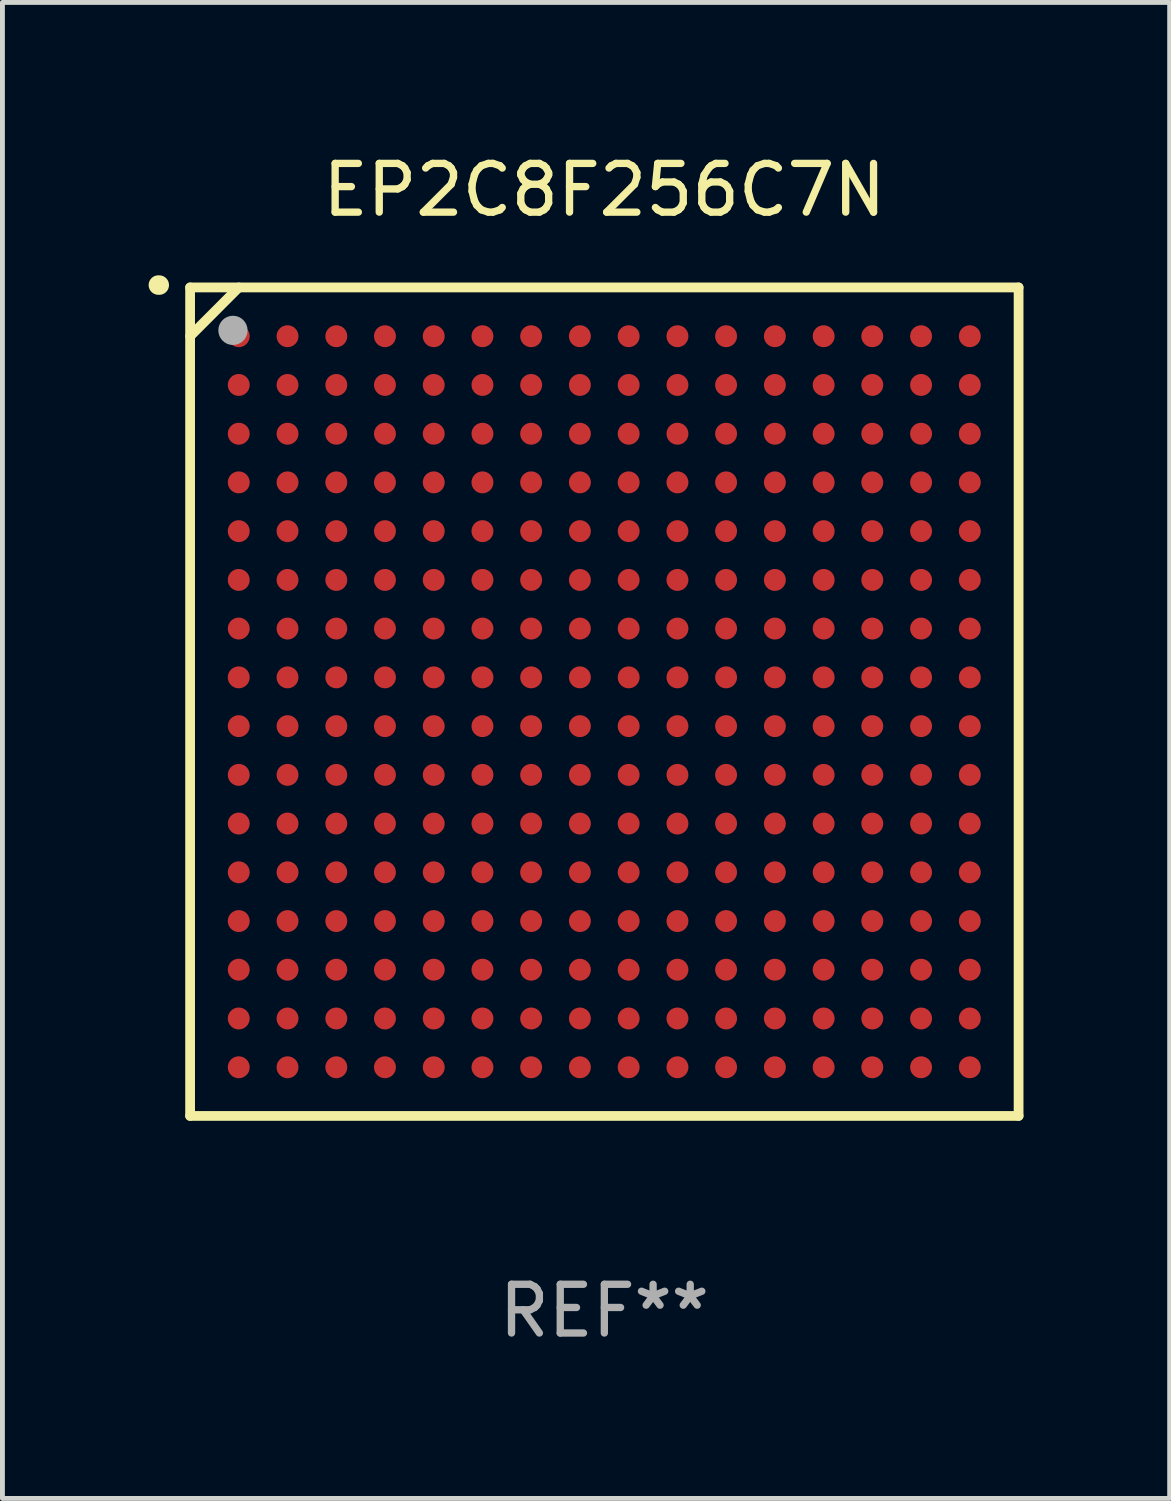
<source format=kicad_pcb>
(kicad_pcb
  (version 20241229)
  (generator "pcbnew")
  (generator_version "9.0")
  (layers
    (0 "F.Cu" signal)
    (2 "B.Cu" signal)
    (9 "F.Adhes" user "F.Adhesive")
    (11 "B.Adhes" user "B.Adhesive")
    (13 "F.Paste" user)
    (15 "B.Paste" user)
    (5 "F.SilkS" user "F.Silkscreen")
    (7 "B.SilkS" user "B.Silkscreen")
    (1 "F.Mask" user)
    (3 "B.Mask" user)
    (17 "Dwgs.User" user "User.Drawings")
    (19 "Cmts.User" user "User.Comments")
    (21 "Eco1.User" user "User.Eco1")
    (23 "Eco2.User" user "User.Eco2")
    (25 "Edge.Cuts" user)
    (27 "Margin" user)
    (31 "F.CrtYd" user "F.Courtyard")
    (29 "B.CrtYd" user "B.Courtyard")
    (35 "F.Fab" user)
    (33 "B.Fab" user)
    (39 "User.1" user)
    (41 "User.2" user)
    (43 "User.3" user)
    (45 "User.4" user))
  (footprint "EP2C8F256C7N"
    (layer "F.Cu")
    (at 9.351 11.348)
    (property "Reference" "EP2C8F256C7N" (at 0 -10.5 0) (layer "F.SilkS") (effects (font (size 1 1) (thickness 0.15))))
    (attr through_hole)
    (fp_line (start -8.5 -8.5) (end 8.5 -8.5) (stroke (width 0.2) (type solid)) (layer "F.SilkS"))
    (fp_line (start -8.5 -7.499) (end -7.502 -8.5) (stroke (width 0.2) (type solid)) (layer "F.SilkS"))
    (fp_line (start -8.5 8.5) (end -8.5 -8.5) (stroke (width 0.2) (type solid)) (layer "F.SilkS"))
    (fp_line (start 8.5 -8.5) (end 8.5 8.5) (stroke (width 0.2) (type solid)) (layer "F.SilkS"))
    (fp_line (start 8.5 8.5) (end -8.5 8.5) (stroke (width 0.2) (type solid)) (layer "F.SilkS"))
    (fp_arc (start -9.151181 -8.548768) (mid -9.142295 -8.548541) (end -9.133426 -8.547955) (stroke (width 0.4) (type solid)) (layer "F.SilkS"))
    (fp_circle (center -8.501 -8.499) (end -8.471 -8.499) (stroke (width 0.06) (type solid)) (fill no) (layer "F.SilkS"))
    (fp_circle (center -7.621 -7.619) (end -7.471 -7.619) (stroke (width 0.3) (type solid)) (fill no) (layer "F.Fab"))
    (fp_text user "REF**" (at 0 12.5 0) (layer "F.Fab") (effects (font (size 1 1) (thickness 0.15))))
    (pad "A1" smd circle (at -7.502 -7.499) (size 0.45 0.45) (layers "F.Cu" "F.Mask" "F.Paste"))
    (pad "A2" smd circle (at -6.501 -7.499) (size 0.45 0.45) (layers "F.Cu" "F.Mask" "F.Paste"))
    (pad "A3" smd circle (at -5.5 -7.499) (size 0.45 0.45) (layers "F.Cu" "F.Mask" "F.Paste"))
    (pad "A4" smd circle (at -4.502 -7.499) (size 0.45 0.45) (layers "F.Cu" "F.Mask" "F.Paste"))
    (pad "A5" smd circle (at -3.501 -7.499) (size 0.45 0.45) (layers "F.Cu" "F.Mask" "F.Paste"))
    (pad "A6" smd circle (at -2.501 -7.499) (size 0.45 0.45) (layers "F.Cu" "F.Mask" "F.Paste"))
    (pad "A7" smd circle (at -1.502 -7.499) (size 0.45 0.45) (layers "F.Cu" "F.Mask" "F.Paste"))
    (pad "A8" smd circle (at -0.502 -7.499) (size 0.45 0.45) (layers "F.Cu" "F.Mask" "F.Paste"))
    (pad "A9" smd circle (at 0.499 -7.499) (size 0.45 0.45) (layers "F.Cu" "F.Mask" "F.Paste"))
    (pad "A10" smd circle (at 1.5 -7.499) (size 0.45 0.45) (layers "F.Cu" "F.Mask" "F.Paste"))
    (pad "A11" smd circle (at 2.498 -7.499) (size 0.45 0.45) (layers "F.Cu" "F.Mask" "F.Paste"))
    (pad "A12" smd circle (at 3.499 -7.499) (size 0.45 0.45) (layers "F.Cu" "F.Mask" "F.Paste"))
    (pad "A13" smd circle (at 4.5 -7.499) (size 0.45 0.45) (layers "F.Cu" "F.Mask" "F.Paste"))
    (pad "A14" smd circle (at 5.498 -7.499) (size 0.45 0.45) (layers "F.Cu" "F.Mask" "F.Paste"))
    (pad "A15" smd circle (at 6.499 -7.499) (size 0.45 0.45) (layers "F.Cu" "F.Mask" "F.Paste"))
    (pad "A16" smd circle (at 7.499 -7.499) (size 0.45 0.45) (layers "F.Cu" "F.Mask" "F.Paste"))
    (pad "B1" smd circle (at -7.502 -6.499) (size 0.45 0.45) (layers "F.Cu" "F.Mask" "F.Paste"))
    (pad "B2" smd circle (at -6.501 -6.499) (size 0.45 0.45) (layers "F.Cu" "F.Mask" "F.Paste"))
    (pad "B3" smd circle (at -5.5 -6.499) (size 0.45 0.45) (layers "F.Cu" "F.Mask" "F.Paste"))
    (pad "B4" smd circle (at -4.502 -6.499) (size 0.45 0.45) (layers "F.Cu" "F.Mask" "F.Paste"))
    (pad "B5" smd circle (at -3.501 -6.499) (size 0.45 0.45) (layers "F.Cu" "F.Mask" "F.Paste"))
    (pad "B6" smd circle (at -2.501 -6.499) (size 0.45 0.45) (layers "F.Cu" "F.Mask" "F.Paste"))
    (pad "B7" smd circle (at -1.502 -6.499) (size 0.45 0.45) (layers "F.Cu" "F.Mask" "F.Paste"))
    (pad "B8" smd circle (at -0.502 -6.499) (size 0.45 0.45) (layers "F.Cu" "F.Mask" "F.Paste"))
    (pad "B9" smd circle (at 0.499 -6.499) (size 0.45 0.45) (layers "F.Cu" "F.Mask" "F.Paste"))
    (pad "B10" smd circle (at 1.5 -6.499) (size 0.45 0.45) (layers "F.Cu" "F.Mask" "F.Paste"))
    (pad "B11" smd circle (at 2.498 -6.499) (size 0.45 0.45) (layers "F.Cu" "F.Mask" "F.Paste"))
    (pad "B12" smd circle (at 3.499 -6.499) (size 0.45 0.45) (layers "F.Cu" "F.Mask" "F.Paste"))
    (pad "B13" smd circle (at 4.5 -6.499) (size 0.45 0.45) (layers "F.Cu" "F.Mask" "F.Paste"))
    (pad "B14" smd circle (at 5.498 -6.499) (size 0.45 0.45) (layers "F.Cu" "F.Mask" "F.Paste"))
    (pad "B15" smd circle (at 6.499 -6.499) (size 0.45 0.45) (layers "F.Cu" "F.Mask" "F.Paste"))
    (pad "B16" smd circle (at 7.499 -6.499) (size 0.45 0.45) (layers "F.Cu" "F.Mask" "F.Paste"))
    (pad "C1" smd circle (at -7.502 -5.498) (size 0.45 0.45) (layers "F.Cu" "F.Mask" "F.Paste"))
    (pad "C2" smd circle (at -6.501 -5.498) (size 0.45 0.45) (layers "F.Cu" "F.Mask" "F.Paste"))
    (pad "C3" smd circle (at -5.5 -5.498) (size 0.45 0.45) (layers "F.Cu" "F.Mask" "F.Paste"))
    (pad "C4" smd circle (at -4.502 -5.498) (size 0.45 0.45) (layers "F.Cu" "F.Mask" "F.Paste"))
    (pad "C5" smd circle (at -3.501 -5.498) (size 0.45 0.45) (layers "F.Cu" "F.Mask" "F.Paste"))
    (pad "C6" smd circle (at -2.501 -5.498) (size 0.45 0.45) (layers "F.Cu" "F.Mask" "F.Paste"))
    (pad "C7" smd circle (at -1.502 -5.498) (size 0.45 0.45) (layers "F.Cu" "F.Mask" "F.Paste"))
    (pad "C8" smd circle (at -0.502 -5.498) (size 0.45 0.45) (layers "F.Cu" "F.Mask" "F.Paste"))
    (pad "C9" smd circle (at 0.499 -5.498) (size 0.45 0.45) (layers "F.Cu" "F.Mask" "F.Paste"))
    (pad "C10" smd circle (at 1.5 -5.498) (size 0.45 0.45) (layers "F.Cu" "F.Mask" "F.Paste"))
    (pad "C11" smd circle (at 2.498 -5.498) (size 0.45 0.45) (layers "F.Cu" "F.Mask" "F.Paste"))
    (pad "C12" smd circle (at 3.499 -5.498) (size 0.45 0.45) (layers "F.Cu" "F.Mask" "F.Paste"))
    (pad "C13" smd circle (at 4.5 -5.498) (size 0.45 0.45) (layers "F.Cu" "F.Mask" "F.Paste"))
    (pad "C14" smd circle (at 5.498 -5.498) (size 0.45 0.45) (layers "F.Cu" "F.Mask" "F.Paste"))
    (pad "C15" smd circle (at 6.499 -5.498) (size 0.45 0.45) (layers "F.Cu" "F.Mask" "F.Paste"))
    (pad "C16" smd circle (at 7.499 -5.498) (size 0.45 0.45) (layers "F.Cu" "F.Mask" "F.Paste"))
    (pad "D1" smd circle (at -7.502 -4.5) (size 0.45 0.45) (layers "F.Cu" "F.Mask" "F.Paste"))
    (pad "D2" smd circle (at -6.501 -4.5) (size 0.45 0.45) (layers "F.Cu" "F.Mask" "F.Paste"))
    (pad "D3" smd circle (at -5.5 -4.5) (size 0.45 0.45) (layers "F.Cu" "F.Mask" "F.Paste"))
    (pad "D4" smd circle (at -4.502 -4.5) (size 0.45 0.45) (layers "F.Cu" "F.Mask" "F.Paste"))
    (pad "D5" smd circle (at -3.501 -4.5) (size 0.45 0.45) (layers "F.Cu" "F.Mask" "F.Paste"))
    (pad "D6" smd circle (at -2.501 -4.5) (size 0.45 0.45) (layers "F.Cu" "F.Mask" "F.Paste"))
    (pad "D7" smd circle (at -1.502 -4.5) (size 0.45 0.45) (layers "F.Cu" "F.Mask" "F.Paste"))
    (pad "D8" smd circle (at -0.502 -4.5) (size 0.45 0.45) (layers "F.Cu" "F.Mask" "F.Paste"))
    (pad "D9" smd circle (at 0.499 -4.5) (size 0.45 0.45) (layers "F.Cu" "F.Mask" "F.Paste"))
    (pad "D10" smd circle (at 1.5 -4.5) (size 0.45 0.45) (layers "F.Cu" "F.Mask" "F.Paste"))
    (pad "D11" smd circle (at 2.498 -4.5) (size 0.45 0.45) (layers "F.Cu" "F.Mask" "F.Paste"))
    (pad "D12" smd circle (at 3.499 -4.5) (size 0.45 0.45) (layers "F.Cu" "F.Mask" "F.Paste"))
    (pad "D13" smd circle (at 4.5 -4.5) (size 0.45 0.45) (layers "F.Cu" "F.Mask" "F.Paste"))
    (pad "D14" smd circle (at 5.498 -4.5) (size 0.45 0.45) (layers "F.Cu" "F.Mask" "F.Paste"))
    (pad "D15" smd circle (at 6.499 -4.5) (size 0.45 0.45) (layers "F.Cu" "F.Mask" "F.Paste"))
    (pad "D16" smd circle (at 7.499 -4.5) (size 0.45 0.45) (layers "F.Cu" "F.Mask" "F.Paste"))
    (pad "E1" smd circle (at -7.502 -3.499) (size 0.45 0.45) (layers "F.Cu" "F.Mask" "F.Paste"))
    (pad "E2" smd circle (at -6.501 -3.499) (size 0.45 0.45) (layers "F.Cu" "F.Mask" "F.Paste"))
    (pad "E3" smd circle (at -5.5 -3.499) (size 0.45 0.45) (layers "F.Cu" "F.Mask" "F.Paste"))
    (pad "E4" smd circle (at -4.502 -3.499) (size 0.45 0.45) (layers "F.Cu" "F.Mask" "F.Paste"))
    (pad "E5" smd circle (at -3.501 -3.499) (size 0.45 0.45) (layers "F.Cu" "F.Mask" "F.Paste"))
    (pad "E6" smd circle (at -2.501 -3.499) (size 0.45 0.45) (layers "F.Cu" "F.Mask" "F.Paste"))
    (pad "E7" smd circle (at -1.502 -3.499) (size 0.45 0.45) (layers "F.Cu" "F.Mask" "F.Paste"))
    (pad "E8" smd circle (at -0.502 -3.499) (size 0.45 0.45) (layers "F.Cu" "F.Mask" "F.Paste"))
    (pad "E9" smd circle (at 0.499 -3.499) (size 0.45 0.45) (layers "F.Cu" "F.Mask" "F.Paste"))
    (pad "E10" smd circle (at 1.5 -3.499) (size 0.45 0.45) (layers "F.Cu" "F.Mask" "F.Paste"))
    (pad "E11" smd circle (at 2.498 -3.499) (size 0.45 0.45) (layers "F.Cu" "F.Mask" "F.Paste"))
    (pad "E12" smd circle (at 3.499 -3.499) (size 0.45 0.45) (layers "F.Cu" "F.Mask" "F.Paste"))
    (pad "E13" smd circle (at 4.5 -3.499) (size 0.45 0.45) (layers "F.Cu" "F.Mask" "F.Paste"))
    (pad "E14" smd circle (at 5.498 -3.499) (size 0.45 0.45) (layers "F.Cu" "F.Mask" "F.Paste"))
    (pad "E15" smd circle (at 6.499 -3.499) (size 0.45 0.45) (layers "F.Cu" "F.Mask" "F.Paste"))
    (pad "E16" smd circle (at 7.499 -3.499) (size 0.45 0.45) (layers "F.Cu" "F.Mask" "F.Paste"))
    (pad "F1" smd circle (at -7.502 -2.498) (size 0.45 0.45) (layers "F.Cu" "F.Mask" "F.Paste"))
    (pad "F2" smd circle (at -6.501 -2.498) (size 0.45 0.45) (layers "F.Cu" "F.Mask" "F.Paste"))
    (pad "F3" smd circle (at -5.5 -2.498) (size 0.45 0.45) (layers "F.Cu" "F.Mask" "F.Paste"))
    (pad "F4" smd circle (at -4.502 -2.498) (size 0.45 0.45) (layers "F.Cu" "F.Mask" "F.Paste"))
    (pad "F5" smd circle (at -3.501 -2.498) (size 0.45 0.45) (layers "F.Cu" "F.Mask" "F.Paste"))
    (pad "F6" smd circle (at -2.501 -2.498) (size 0.45 0.45) (layers "F.Cu" "F.Mask" "F.Paste"))
    (pad "F7" smd circle (at -1.502 -2.498) (size 0.45 0.45) (layers "F.Cu" "F.Mask" "F.Paste"))
    (pad "F8" smd circle (at -0.502 -2.498) (size 0.45 0.45) (layers "F.Cu" "F.Mask" "F.Paste"))
    (pad "F9" smd circle (at 0.499 -2.498) (size 0.45 0.45) (layers "F.Cu" "F.Mask" "F.Paste"))
    (pad "F10" smd circle (at 1.5 -2.498) (size 0.45 0.45) (layers "F.Cu" "F.Mask" "F.Paste"))
    (pad "F11" smd circle (at 2.498 -2.498) (size 0.45 0.45) (layers "F.Cu" "F.Mask" "F.Paste"))
    (pad "F12" smd circle (at 3.499 -2.498) (size 0.45 0.45) (layers "F.Cu" "F.Mask" "F.Paste"))
    (pad "F13" smd circle (at 4.5 -2.498) (size 0.45 0.45) (layers "F.Cu" "F.Mask" "F.Paste"))
    (pad "F14" smd circle (at 5.498 -2.498) (size 0.45 0.45) (layers "F.Cu" "F.Mask" "F.Paste"))
    (pad "F15" smd circle (at 6.499 -2.498) (size 0.45 0.45) (layers "F.Cu" "F.Mask" "F.Paste"))
    (pad "F16" smd circle (at 7.499 -2.498) (size 0.45 0.45) (layers "F.Cu" "F.Mask" "F.Paste"))
    (pad "G1" smd circle (at -7.502 -1.5) (size 0.45 0.45) (layers "F.Cu" "F.Mask" "F.Paste"))
    (pad "G2" smd circle (at -6.501 -1.5) (size 0.45 0.45) (layers "F.Cu" "F.Mask" "F.Paste"))
    (pad "G3" smd circle (at -5.5 -1.5) (size 0.45 0.45) (layers "F.Cu" "F.Mask" "F.Paste"))
    (pad "G4" smd circle (at -4.502 -1.5) (size 0.45 0.45) (layers "F.Cu" "F.Mask" "F.Paste"))
    (pad "G5" smd circle (at -3.501 -1.5) (size 0.45 0.45) (layers "F.Cu" "F.Mask" "F.Paste"))
    (pad "G6" smd circle (at -2.501 -1.5) (size 0.45 0.45) (layers "F.Cu" "F.Mask" "F.Paste"))
    (pad "G7" smd circle (at -1.502 -1.5) (size 0.45 0.45) (layers "F.Cu" "F.Mask" "F.Paste"))
    (pad "G8" smd circle (at -0.502 -1.5) (size 0.45 0.45) (layers "F.Cu" "F.Mask" "F.Paste"))
    (pad "G9" smd circle (at 0.499 -1.5) (size 0.45 0.45) (layers "F.Cu" "F.Mask" "F.Paste"))
    (pad "G10" smd circle (at 1.5 -1.5) (size 0.45 0.45) (layers "F.Cu" "F.Mask" "F.Paste"))
    (pad "G11" smd circle (at 2.498 -1.5) (size 0.45 0.45) (layers "F.Cu" "F.Mask" "F.Paste"))
    (pad "G12" smd circle (at 3.499 -1.5) (size 0.45 0.45) (layers "F.Cu" "F.Mask" "F.Paste"))
    (pad "G13" smd circle (at 4.5 -1.5) (size 0.45 0.45) (layers "F.Cu" "F.Mask" "F.Paste"))
    (pad "G14" smd circle (at 5.498 -1.5) (size 0.45 0.45) (layers "F.Cu" "F.Mask" "F.Paste"))
    (pad "G15" smd circle (at 6.499 -1.5) (size 0.45 0.45) (layers "F.Cu" "F.Mask" "F.Paste"))
    (pad "G16" smd circle (at 7.499 -1.5) (size 0.45 0.45) (layers "F.Cu" "F.Mask" "F.Paste"))
    (pad "H1" smd circle (at -7.502 -0.499) (size 0.45 0.45) (layers "F.Cu" "F.Mask" "F.Paste"))
    (pad "H2" smd circle (at -6.501 -0.499) (size 0.45 0.45) (layers "F.Cu" "F.Mask" "F.Paste"))
    (pad "H3" smd circle (at -5.5 -0.499) (size 0.45 0.45) (layers "F.Cu" "F.Mask" "F.Paste"))
    (pad "H4" smd circle (at -4.502 -0.499) (size 0.45 0.45) (layers "F.Cu" "F.Mask" "F.Paste"))
    (pad "H5" smd circle (at -3.501 -0.499) (size 0.45 0.45) (layers "F.Cu" "F.Mask" "F.Paste"))
    (pad "H6" smd circle (at -2.501 -0.499) (size 0.45 0.45) (layers "F.Cu" "F.Mask" "F.Paste"))
    (pad "H7" smd circle (at -1.502 -0.499) (size 0.45 0.45) (layers "F.Cu" "F.Mask" "F.Paste"))
    (pad "H8" smd circle (at -0.502 -0.499) (size 0.45 0.45) (layers "F.Cu" "F.Mask" "F.Paste"))
    (pad "H9" smd circle (at 0.499 -0.499) (size 0.45 0.45) (layers "F.Cu" "F.Mask" "F.Paste"))
    (pad "H10" smd circle (at 1.5 -0.499) (size 0.45 0.45) (layers "F.Cu" "F.Mask" "F.Paste"))
    (pad "H11" smd circle (at 2.498 -0.499) (size 0.45 0.45) (layers "F.Cu" "F.Mask" "F.Paste"))
    (pad "H12" smd circle (at 3.499 -0.499) (size 0.45 0.45) (layers "F.Cu" "F.Mask" "F.Paste"))
    (pad "H13" smd circle (at 4.5 -0.499) (size 0.45 0.45) (layers "F.Cu" "F.Mask" "F.Paste"))
    (pad "H14" smd circle (at 5.498 -0.499) (size 0.45 0.45) (layers "F.Cu" "F.Mask" "F.Paste"))
    (pad "H15" smd circle (at 6.499 -0.499) (size 0.45 0.45) (layers "F.Cu" "F.Mask" "F.Paste"))
    (pad "H16" smd circle (at 7.499 -0.499) (size 0.45 0.45) (layers "F.Cu" "F.Mask" "F.Paste"))
    (pad "J1" smd circle (at -7.502 0.502) (size 0.45 0.45) (layers "F.Cu" "F.Mask" "F.Paste"))
    (pad "J2" smd circle (at -6.501 0.502) (size 0.45 0.45) (layers "F.Cu" "F.Mask" "F.Paste"))
    (pad "J3" smd circle (at -5.5 0.502) (size 0.45 0.45) (layers "F.Cu" "F.Mask" "F.Paste"))
    (pad "J4" smd circle (at -4.502 0.502) (size 0.45 0.45) (layers "F.Cu" "F.Mask" "F.Paste"))
    (pad "J5" smd circle (at -3.501 0.502) (size 0.45 0.45) (layers "F.Cu" "F.Mask" "F.Paste"))
    (pad "J6" smd circle (at -2.501 0.502) (size 0.45 0.45) (layers "F.Cu" "F.Mask" "F.Paste"))
    (pad "J7" smd circle (at -1.502 0.502) (size 0.45 0.45) (layers "F.Cu" "F.Mask" "F.Paste"))
    (pad "J8" smd circle (at -0.502 0.502) (size 0.45 0.45) (layers "F.Cu" "F.Mask" "F.Paste"))
    (pad "J9" smd circle (at 0.499 0.502) (size 0.45 0.45) (layers "F.Cu" "F.Mask" "F.Paste"))
    (pad "J10" smd circle (at 1.5 0.502) (size 0.45 0.45) (layers "F.Cu" "F.Mask" "F.Paste"))
    (pad "J11" smd circle (at 2.498 0.502) (size 0.45 0.45) (layers "F.Cu" "F.Mask" "F.Paste"))
    (pad "J12" smd circle (at 3.499 0.502) (size 0.45 0.45) (layers "F.Cu" "F.Mask" "F.Paste"))
    (pad "J13" smd circle (at 4.5 0.502) (size 0.45 0.45) (layers "F.Cu" "F.Mask" "F.Paste"))
    (pad "J14" smd circle (at 5.498 0.502) (size 0.45 0.45) (layers "F.Cu" "F.Mask" "F.Paste"))
    (pad "J15" smd circle (at 6.499 0.502) (size 0.45 0.45) (layers "F.Cu" "F.Mask" "F.Paste"))
    (pad "J16" smd circle (at 7.499 0.502) (size 0.45 0.45) (layers "F.Cu" "F.Mask" "F.Paste"))
    (pad "K1" smd circle (at -7.502 1.502) (size 0.45 0.45) (layers "F.Cu" "F.Mask" "F.Paste"))
    (pad "K2" smd circle (at -6.501 1.502) (size 0.45 0.45) (layers "F.Cu" "F.Mask" "F.Paste"))
    (pad "K3" smd circle (at -5.5 1.502) (size 0.45 0.45) (layers "F.Cu" "F.Mask" "F.Paste"))
    (pad "K4" smd circle (at -4.502 1.502) (size 0.45 0.45) (layers "F.Cu" "F.Mask" "F.Paste"))
    (pad "K5" smd circle (at -3.501 1.502) (size 0.45 0.45) (layers "F.Cu" "F.Mask" "F.Paste"))
    (pad "K6" smd circle (at -2.501 1.502) (size 0.45 0.45) (layers "F.Cu" "F.Mask" "F.Paste"))
    (pad "K7" smd circle (at -1.502 1.502) (size 0.45 0.45) (layers "F.Cu" "F.Mask" "F.Paste"))
    (pad "K8" smd circle (at -0.502 1.502) (size 0.45 0.45) (layers "F.Cu" "F.Mask" "F.Paste"))
    (pad "K9" smd circle (at 0.499 1.502) (size 0.45 0.45) (layers "F.Cu" "F.Mask" "F.Paste"))
    (pad "K10" smd circle (at 1.5 1.502) (size 0.45 0.45) (layers "F.Cu" "F.Mask" "F.Paste"))
    (pad "K11" smd circle (at 2.498 1.502) (size 0.45 0.45) (layers "F.Cu" "F.Mask" "F.Paste"))
    (pad "K12" smd circle (at 3.499 1.502) (size 0.45 0.45) (layers "F.Cu" "F.Mask" "F.Paste"))
    (pad "K13" smd circle (at 4.5 1.502) (size 0.45 0.45) (layers "F.Cu" "F.Mask" "F.Paste"))
    (pad "K14" smd circle (at 5.498 1.502) (size 0.45 0.45) (layers "F.Cu" "F.Mask" "F.Paste"))
    (pad "K15" smd circle (at 6.499 1.502) (size 0.45 0.45) (layers "F.Cu" "F.Mask" "F.Paste"))
    (pad "K16" smd circle (at 7.499 1.502) (size 0.45 0.45) (layers "F.Cu" "F.Mask" "F.Paste"))
    (pad "L1" smd circle (at -7.502 2.501) (size 0.45 0.45) (layers "F.Cu" "F.Mask" "F.Paste"))
    (pad "L2" smd circle (at -6.501 2.501) (size 0.45 0.45) (layers "F.Cu" "F.Mask" "F.Paste"))
    (pad "L3" smd circle (at -5.5 2.501) (size 0.45 0.45) (layers "F.Cu" "F.Mask" "F.Paste"))
    (pad "L4" smd circle (at -4.502 2.501) (size 0.45 0.45) (layers "F.Cu" "F.Mask" "F.Paste"))
    (pad "L5" smd circle (at -3.501 2.501) (size 0.45 0.45) (layers "F.Cu" "F.Mask" "F.Paste"))
    (pad "L6" smd circle (at -2.501 2.501) (size 0.45 0.45) (layers "F.Cu" "F.Mask" "F.Paste"))
    (pad "L7" smd circle (at -1.502 2.501) (size 0.45 0.45) (layers "F.Cu" "F.Mask" "F.Paste"))
    (pad "L8" smd circle (at -0.502 2.501) (size 0.45 0.45) (layers "F.Cu" "F.Mask" "F.Paste"))
    (pad "L9" smd circle (at 0.499 2.501) (size 0.45 0.45) (layers "F.Cu" "F.Mask" "F.Paste"))
    (pad "L10" smd circle (at 1.5 2.501) (size 0.45 0.45) (layers "F.Cu" "F.Mask" "F.Paste"))
    (pad "L11" smd circle (at 2.498 2.501) (size 0.45 0.45) (layers "F.Cu" "F.Mask" "F.Paste"))
    (pad "L12" smd circle (at 3.499 2.501) (size 0.45 0.45) (layers "F.Cu" "F.Mask" "F.Paste"))
    (pad "L13" smd circle (at 4.5 2.501) (size 0.45 0.45) (layers "F.Cu" "F.Mask" "F.Paste"))
    (pad "L14" smd circle (at 5.498 2.501) (size 0.45 0.45) (layers "F.Cu" "F.Mask" "F.Paste"))
    (pad "L15" smd circle (at 6.499 2.501) (size 0.45 0.45) (layers "F.Cu" "F.Mask" "F.Paste"))
    (pad "L16" smd circle (at 7.499 2.501) (size 0.45 0.45) (layers "F.Cu" "F.Mask" "F.Paste"))
    (pad "M1" smd circle (at -7.502 3.501) (size 0.45 0.45) (layers "F.Cu" "F.Mask" "F.Paste"))
    (pad "M2" smd circle (at -6.501 3.501) (size 0.45 0.45) (layers "F.Cu" "F.Mask" "F.Paste"))
    (pad "M3" smd circle (at -5.5 3.501) (size 0.45 0.45) (layers "F.Cu" "F.Mask" "F.Paste"))
    (pad "M4" smd circle (at -4.502 3.501) (size 0.45 0.45) (layers "F.Cu" "F.Mask" "F.Paste"))
    (pad "M5" smd circle (at -3.501 3.501) (size 0.45 0.45) (layers "F.Cu" "F.Mask" "F.Paste"))
    (pad "M6" smd circle (at -2.501 3.501) (size 0.45 0.45) (layers "F.Cu" "F.Mask" "F.Paste"))
    (pad "M7" smd circle (at -1.502 3.501) (size 0.45 0.45) (layers "F.Cu" "F.Mask" "F.Paste"))
    (pad "M8" smd circle (at -0.502 3.501) (size 0.45 0.45) (layers "F.Cu" "F.Mask" "F.Paste"))
    (pad "M9" smd circle (at 0.499 3.501) (size 0.45 0.45) (layers "F.Cu" "F.Mask" "F.Paste"))
    (pad "M10" smd circle (at 1.5 3.501) (size 0.45 0.45) (layers "F.Cu" "F.Mask" "F.Paste"))
    (pad "M11" smd circle (at 2.498 3.501) (size 0.45 0.45) (layers "F.Cu" "F.Mask" "F.Paste"))
    (pad "M12" smd circle (at 3.499 3.501) (size 0.45 0.45) (layers "F.Cu" "F.Mask" "F.Paste"))
    (pad "M13" smd circle (at 4.5 3.501) (size 0.45 0.45) (layers "F.Cu" "F.Mask" "F.Paste"))
    (pad "M14" smd circle (at 5.498 3.501) (size 0.45 0.45) (layers "F.Cu" "F.Mask" "F.Paste"))
    (pad "M15" smd circle (at 6.499 3.501) (size 0.45 0.45) (layers "F.Cu" "F.Mask" "F.Paste"))
    (pad "M16" smd circle (at 7.499 3.501) (size 0.45 0.45) (layers "F.Cu" "F.Mask" "F.Paste"))
    (pad "N1" smd circle (at -7.502 4.502) (size 0.45 0.45) (layers "F.Cu" "F.Mask" "F.Paste"))
    (pad "N2" smd circle (at -6.501 4.502) (size 0.45 0.45) (layers "F.Cu" "F.Mask" "F.Paste"))
    (pad "N3" smd circle (at -5.5 4.502) (size 0.45 0.45) (layers "F.Cu" "F.Mask" "F.Paste"))
    (pad "N4" smd circle (at -4.502 4.502) (size 0.45 0.45) (layers "F.Cu" "F.Mask" "F.Paste"))
    (pad "N5" smd circle (at -3.501 4.502) (size 0.45 0.45) (layers "F.Cu" "F.Mask" "F.Paste"))
    (pad "N6" smd circle (at -2.501 4.502) (size 0.45 0.45) (layers "F.Cu" "F.Mask" "F.Paste"))
    (pad "N7" smd circle (at -1.502 4.502) (size 0.45 0.45) (layers "F.Cu" "F.Mask" "F.Paste"))
    (pad "N8" smd circle (at -0.502 4.502) (size 0.45 0.45) (layers "F.Cu" "F.Mask" "F.Paste"))
    (pad "N9" smd circle (at 0.499 4.502) (size 0.45 0.45) (layers "F.Cu" "F.Mask" "F.Paste"))
    (pad "N10" smd circle (at 1.5 4.502) (size 0.45 0.45) (layers "F.Cu" "F.Mask" "F.Paste"))
    (pad "N11" smd circle (at 2.498 4.502) (size 0.45 0.45) (layers "F.Cu" "F.Mask" "F.Paste"))
    (pad "N12" smd circle (at 3.499 4.502) (size 0.45 0.45) (layers "F.Cu" "F.Mask" "F.Paste"))
    (pad "N13" smd circle (at 4.5 4.502) (size 0.45 0.45) (layers "F.Cu" "F.Mask" "F.Paste"))
    (pad "N14" smd circle (at 5.498 4.502) (size 0.45 0.45) (layers "F.Cu" "F.Mask" "F.Paste"))
    (pad "N15" smd circle (at 6.499 4.502) (size 0.45 0.45) (layers "F.Cu" "F.Mask" "F.Paste"))
    (pad "N16" smd circle (at 7.499 4.502) (size 0.45 0.45) (layers "F.Cu" "F.Mask" "F.Paste"))
    (pad "P1" smd circle (at -7.502 5.5) (size 0.45 0.45) (layers "F.Cu" "F.Mask" "F.Paste"))
    (pad "P2" smd circle (at -6.501 5.5) (size 0.45 0.45) (layers "F.Cu" "F.Mask" "F.Paste"))
    (pad "P3" smd circle (at -5.5 5.5) (size 0.45 0.45) (layers "F.Cu" "F.Mask" "F.Paste"))
    (pad "P4" smd circle (at -4.502 5.5) (size 0.45 0.45) (layers "F.Cu" "F.Mask" "F.Paste"))
    (pad "P5" smd circle (at -3.501 5.5) (size 0.45 0.45) (layers "F.Cu" "F.Mask" "F.Paste"))
    (pad "P6" smd circle (at -2.501 5.5) (size 0.45 0.45) (layers "F.Cu" "F.Mask" "F.Paste"))
    (pad "P7" smd circle (at -1.502 5.5) (size 0.45 0.45) (layers "F.Cu" "F.Mask" "F.Paste"))
    (pad "P8" smd circle (at -0.502 5.5) (size 0.45 0.45) (layers "F.Cu" "F.Mask" "F.Paste"))
    (pad "P9" smd circle (at 0.499 5.5) (size 0.45 0.45) (layers "F.Cu" "F.Mask" "F.Paste"))
    (pad "P10" smd circle (at 1.5 5.5) (size 0.45 0.45) (layers "F.Cu" "F.Mask" "F.Paste"))
    (pad "P11" smd circle (at 2.498 5.5) (size 0.45 0.45) (layers "F.Cu" "F.Mask" "F.Paste"))
    (pad "P12" smd circle (at 3.499 5.5) (size 0.45 0.45) (layers "F.Cu" "F.Mask" "F.Paste"))
    (pad "P13" smd circle (at 4.5 5.5) (size 0.45 0.45) (layers "F.Cu" "F.Mask" "F.Paste"))
    (pad "P14" smd circle (at 5.498 5.5) (size 0.45 0.45) (layers "F.Cu" "F.Mask" "F.Paste"))
    (pad "P15" smd circle (at 6.499 5.5) (size 0.45 0.45) (layers "F.Cu" "F.Mask" "F.Paste"))
    (pad "P16" smd circle (at 7.499 5.5) (size 0.45 0.45) (layers "F.Cu" "F.Mask" "F.Paste"))
    (pad "R1" smd circle (at -7.502 6.501) (size 0.45 0.45) (layers "F.Cu" "F.Mask" "F.Paste"))
    (pad "R2" smd circle (at -6.501 6.501) (size 0.45 0.45) (layers "F.Cu" "F.Mask" "F.Paste"))
    (pad "R3" smd circle (at -5.5 6.501) (size 0.45 0.45) (layers "F.Cu" "F.Mask" "F.Paste"))
    (pad "R4" smd circle (at -4.502 6.501) (size 0.45 0.45) (layers "F.Cu" "F.Mask" "F.Paste"))
    (pad "R5" smd circle (at -3.501 6.501) (size 0.45 0.45) (layers "F.Cu" "F.Mask" "F.Paste"))
    (pad "R6" smd circle (at -2.501 6.501) (size 0.45 0.45) (layers "F.Cu" "F.Mask" "F.Paste"))
    (pad "R7" smd circle (at -1.502 6.501) (size 0.45 0.45) (layers "F.Cu" "F.Mask" "F.Paste"))
    (pad "R8" smd circle (at -0.502 6.501) (size 0.45 0.45) (layers "F.Cu" "F.Mask" "F.Paste"))
    (pad "R9" smd circle (at 0.499 6.501) (size 0.45 0.45) (layers "F.Cu" "F.Mask" "F.Paste"))
    (pad "R10" smd circle (at 1.5 6.501) (size 0.45 0.45) (layers "F.Cu" "F.Mask" "F.Paste"))
    (pad "R11" smd circle (at 2.498 6.501) (size 0.45 0.45) (layers "F.Cu" "F.Mask" "F.Paste"))
    (pad "R12" smd circle (at 3.499 6.501) (size 0.45 0.45) (layers "F.Cu" "F.Mask" "F.Paste"))
    (pad "R13" smd circle (at 4.5 6.501) (size 0.45 0.45) (layers "F.Cu" "F.Mask" "F.Paste"))
    (pad "R14" smd circle (at 5.498 6.501) (size 0.45 0.45) (layers "F.Cu" "F.Mask" "F.Paste"))
    (pad "R15" smd circle (at 6.499 6.501) (size 0.45 0.45) (layers "F.Cu" "F.Mask" "F.Paste"))
    (pad "R16" smd circle (at 7.499 6.501) (size 0.45 0.45) (layers "F.Cu" "F.Mask" "F.Paste"))
    (pad "T1" smd circle (at -7.502 7.502) (size 0.45 0.45) (layers "F.Cu" "F.Mask" "F.Paste"))
    (pad "T2" smd circle (at -6.501 7.502) (size 0.45 0.45) (layers "F.Cu" "F.Mask" "F.Paste"))
    (pad "T3" smd circle (at -5.5 7.502) (size 0.45 0.45) (layers "F.Cu" "F.Mask" "F.Paste"))
    (pad "T4" smd circle (at -4.502 7.502) (size 0.45 0.45) (layers "F.Cu" "F.Mask" "F.Paste"))
    (pad "T5" smd circle (at -3.501 7.502) (size 0.45 0.45) (layers "F.Cu" "F.Mask" "F.Paste"))
    (pad "T6" smd circle (at -2.501 7.502) (size 0.45 0.45) (layers "F.Cu" "F.Mask" "F.Paste"))
    (pad "T7" smd circle (at -1.502 7.502) (size 0.45 0.45) (layers "F.Cu" "F.Mask" "F.Paste"))
    (pad "T8" smd circle (at -0.502 7.502) (size 0.45 0.45) (layers "F.Cu" "F.Mask" "F.Paste"))
    (pad "T9" smd circle (at 0.499 7.502) (size 0.45 0.45) (layers "F.Cu" "F.Mask" "F.Paste"))
    (pad "T10" smd circle (at 1.5 7.502) (size 0.45 0.45) (layers "F.Cu" "F.Mask" "F.Paste"))
    (pad "T11" smd circle (at 2.498 7.502) (size 0.45 0.45) (layers "F.Cu" "F.Mask" "F.Paste"))
    (pad "T12" smd circle (at 3.499 7.502) (size 0.45 0.45) (layers "F.Cu" "F.Mask" "F.Paste"))
    (pad "T13" smd circle (at 4.5 7.502) (size 0.45 0.45) (layers "F.Cu" "F.Mask" "F.Paste"))
    (pad "T14" smd circle (at 5.498 7.502) (size 0.45 0.45) (layers "F.Cu" "F.Mask" "F.Paste"))
    (pad "T15" smd circle (at 6.499 7.502) (size 0.45 0.45) (layers "F.Cu" "F.Mask" "F.Paste"))
    (pad "T16" smd circle (at 7.499 7.502) (size 0.45 0.45) (layers "F.Cu" "F.Mask" "F.Paste")))
  (gr_rect
    (start -3 -3)
    (end 20.951 27.697)
    (stroke (width 0.1) (type default))
    (fill no)
    (layer "Edge.Cuts")))
</source>
